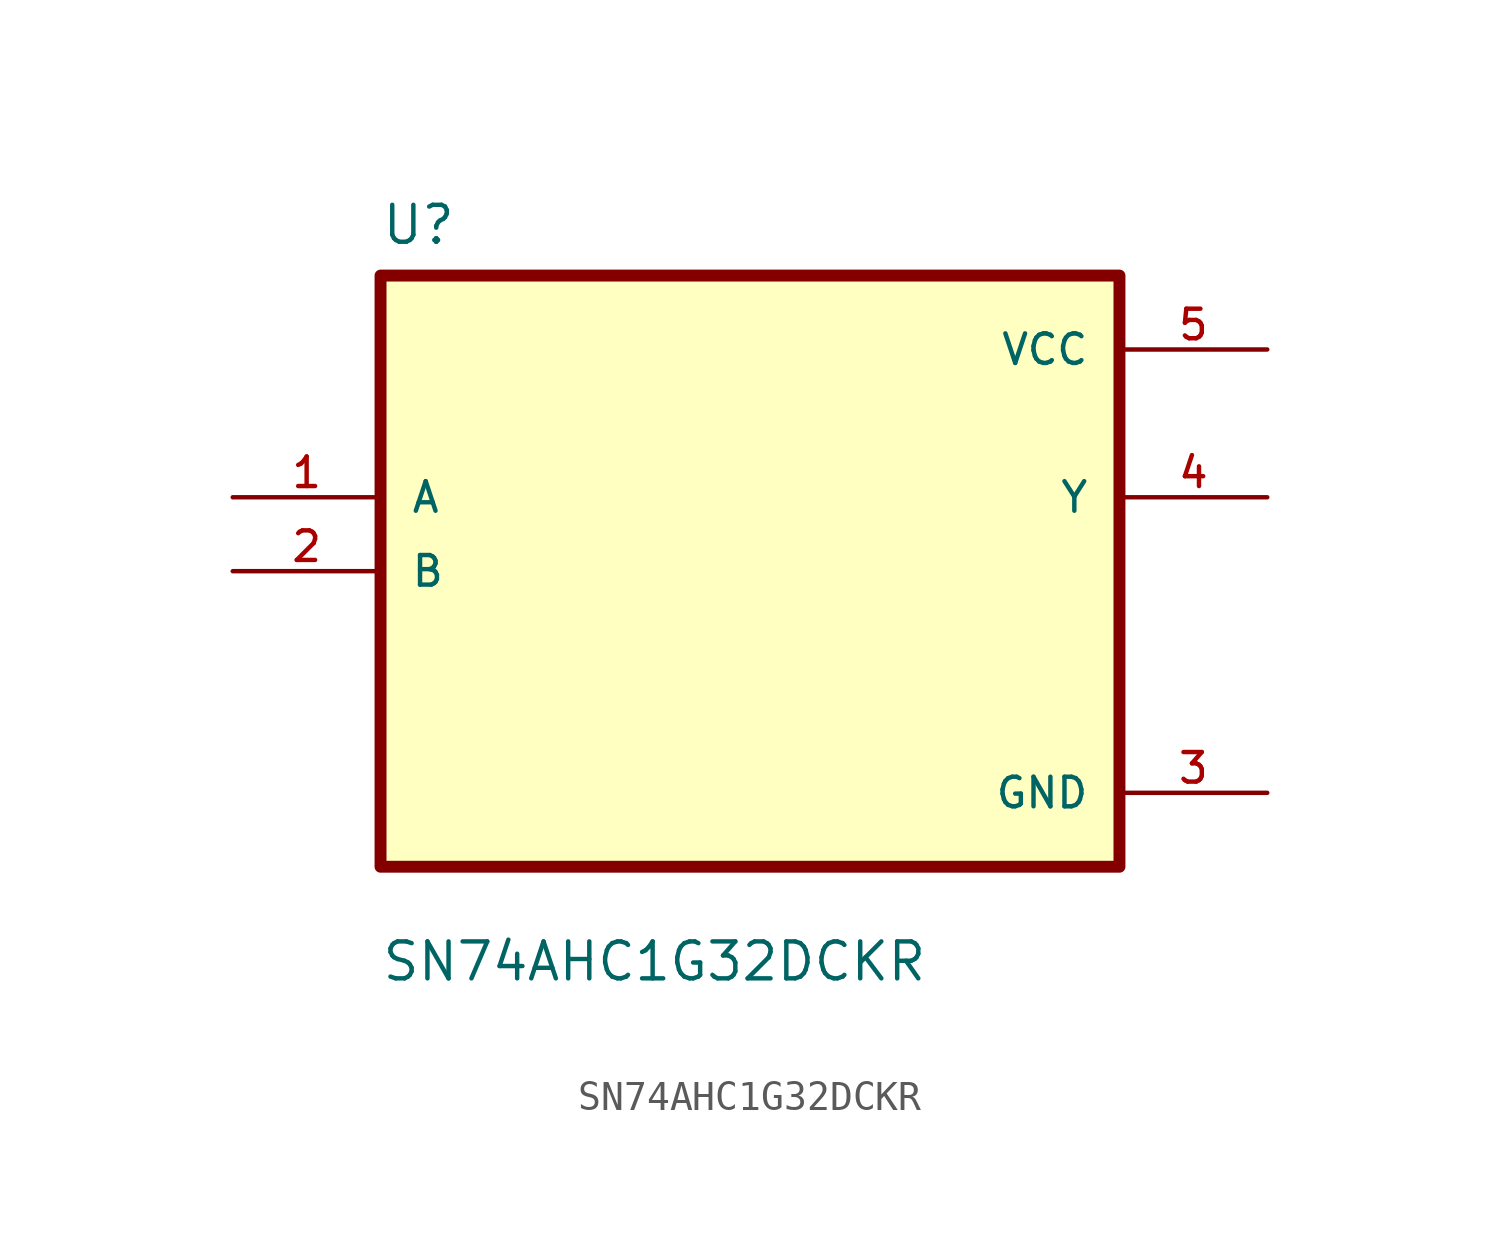
<source format=kicad_sym>
(kicad_symbol_lib
  (version 20211014)
  (generator kicad_symbol_editor)
  (symbol "SN74AHC1G32DCKR"
    (pin_names
      (offset 1.016))
    (property "Reference" "U"
      (at -12.7 11.16 0.0)
      (effects (font (size 1.27 1.27)) (justify bottom left)))
    (property "Value" "SN74AHC1G32DCKR"
      (at -12.7 -14.16 0.0)
      (effects (font (size 1.27 1.27)) (justify bottom left)))
    (symbol "SN74AHC1G32DCKR_0_0"
      (rectangle (start -12.7 -10.16) (end 12.7 10.16) (stroke (width 0.41)) (fill (type background)))
      (pin input line (at -17.78 2.54 0) (length 5.08) (name "A" (effects (font (size 1.016 1.016)))) (number "1" (effects (font (size 1.016 1.016)))))
      (pin input line (at -17.78 0.0 0) (length 5.08) (name "B" (effects (font (size 1.016 1.016)))) (number "2" (effects (font (size 1.016 1.016)))))
      (pin power_in line (at 17.78 7.62 180.0) (length 5.08) (name "VCC" (effects (font (size 1.016 1.016)))) (number "5" (effects (font (size 1.016 1.016)))))
      (pin output line (at 17.78 2.54 180.0) (length 5.08) (name "Y" (effects (font (size 1.016 1.016)))) (number "4" (effects (font (size 1.016 1.016)))))
      (pin power_in line (at 17.78 -7.62 180.0) (length 5.08) (name "GND" (effects (font (size 1.016 1.016)))) (number "3" (effects (font (size 1.016 1.016))))))))
</source>
